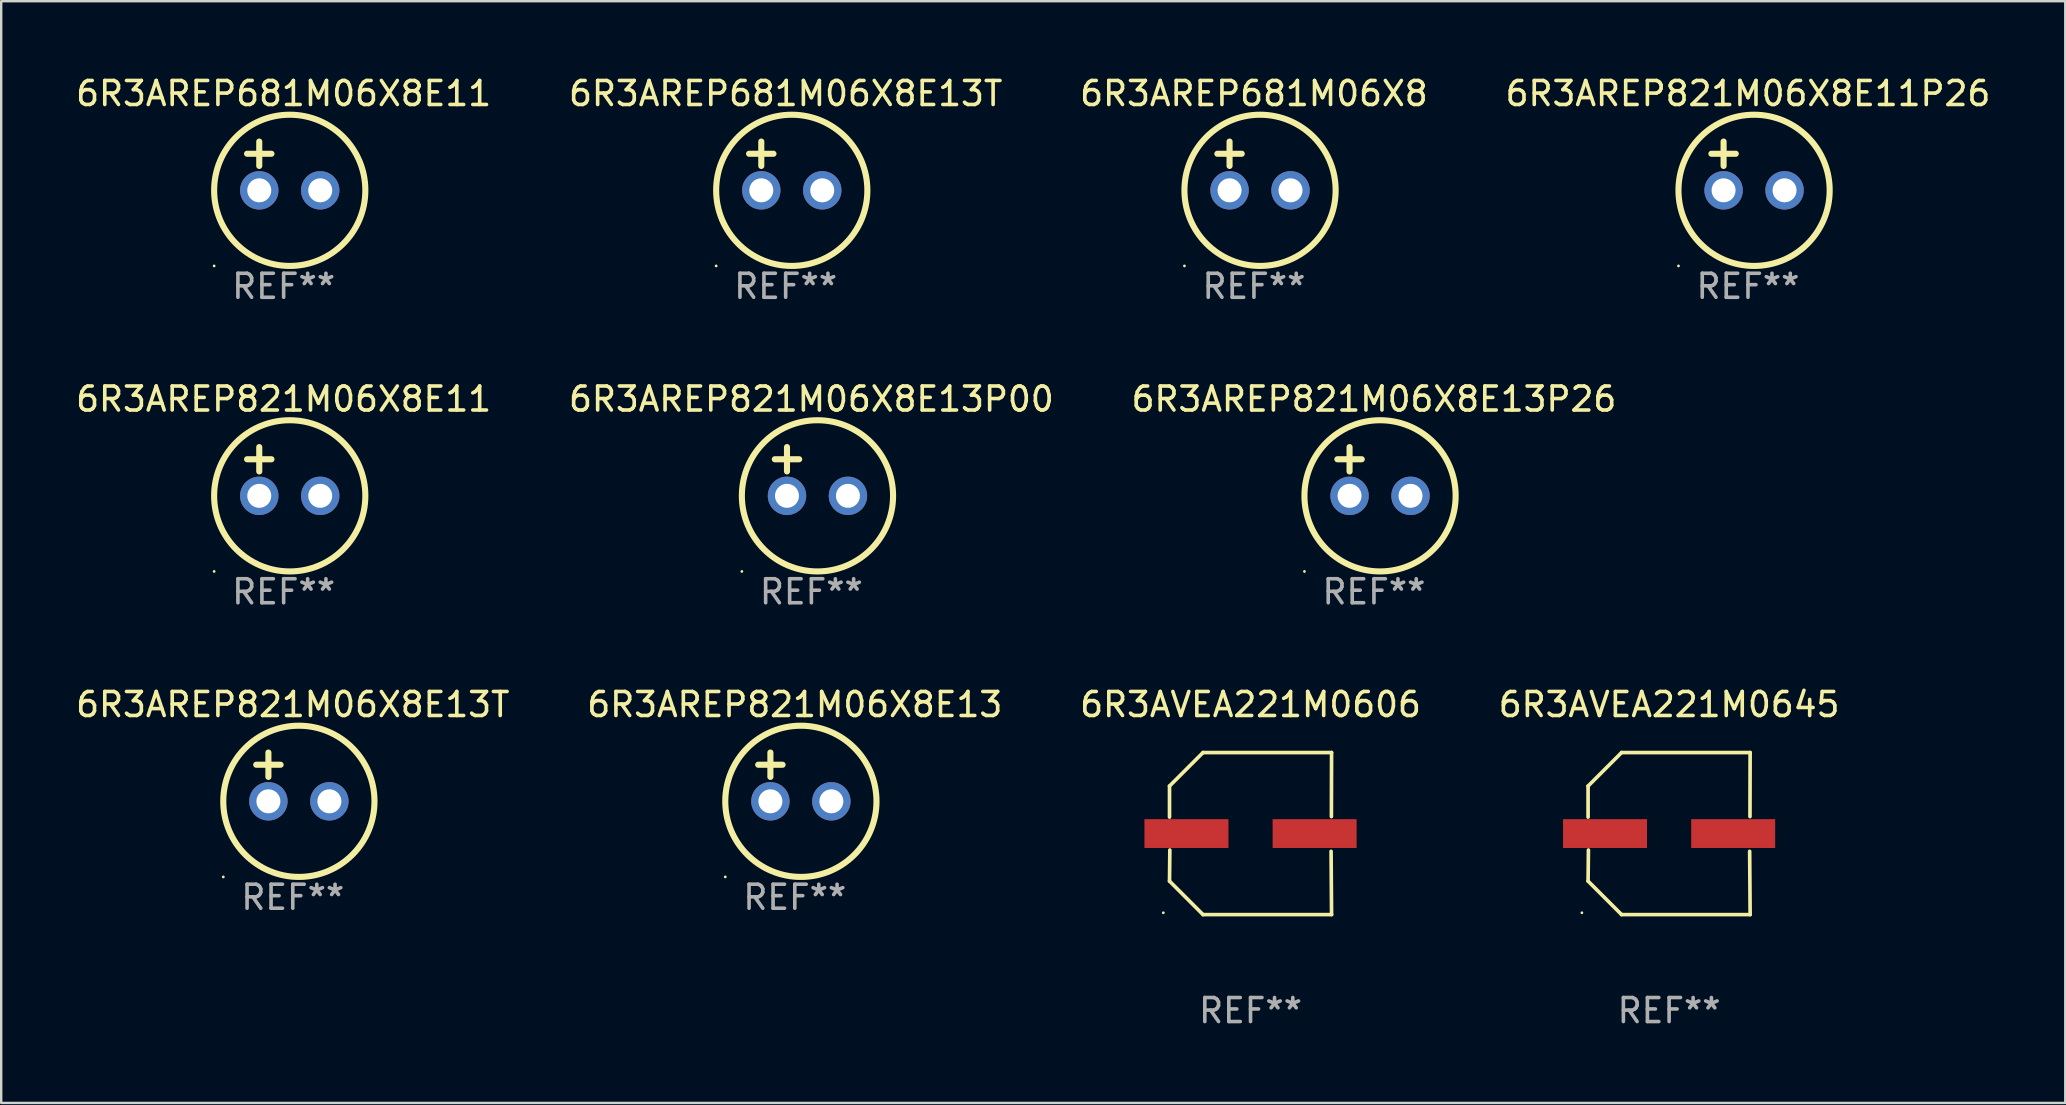
<source format=kicad_pcb>
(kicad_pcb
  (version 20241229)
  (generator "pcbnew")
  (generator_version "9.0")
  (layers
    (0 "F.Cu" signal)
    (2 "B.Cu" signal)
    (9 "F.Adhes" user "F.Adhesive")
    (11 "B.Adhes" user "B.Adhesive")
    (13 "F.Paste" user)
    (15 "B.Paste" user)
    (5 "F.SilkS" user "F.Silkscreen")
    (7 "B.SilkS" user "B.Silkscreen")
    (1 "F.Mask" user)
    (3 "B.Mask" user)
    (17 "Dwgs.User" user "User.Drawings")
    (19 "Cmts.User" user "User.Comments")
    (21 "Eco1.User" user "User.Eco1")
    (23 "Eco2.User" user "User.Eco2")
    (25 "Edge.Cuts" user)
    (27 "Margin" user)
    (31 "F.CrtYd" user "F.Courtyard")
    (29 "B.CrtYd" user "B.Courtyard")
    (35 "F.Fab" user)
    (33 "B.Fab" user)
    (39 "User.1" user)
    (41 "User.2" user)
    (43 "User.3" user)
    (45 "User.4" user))
  (footprint "6R3AREP821M06X8E13P00"
    (layer "F.Cu")
    (at 30.756 16.593)
    (property "Reference" "6R3AREP821M06X8E13P00" (at 0 -3.016 0) (layer "F.SilkS") (effects (font (size 1 1) (thickness 0.15))))
    (attr through_hole)
    (fp_line (start -1.524 -0.508) (end -0.508 -0.508) (stroke (width 0.254) (type solid)) (layer "F.SilkS"))
    (fp_line (start -1.016 -1.016) (end -1.016 0) (stroke (width 0.254) (type solid)) (layer "F.SilkS"))
    (fp_circle (center -2.896 4.166) (end -2.866 4.166) (stroke (width 0.06) (type solid)) (fill no) (layer "F.SilkS"))
    (fp_circle (center 0.254 1.016) (end 3.404 1.016) (stroke (width 0.254) (type solid)) (fill no) (layer "F.SilkS"))
    (fp_text user "REF**" (at 0 5.016 0) (layer "F.Fab") (effects (font (size 1 1) (thickness 0.15))))
    (pad "1" thru_hole circle (at -1.016 1.016) (size 1.6 1.6) (drill 1) (layers "*.Cu" "*.Mask"))
    (pad "2" thru_hole circle (at 1.524 1.016) (size 1.6 1.6) (drill 1) (layers "*.Cu" "*.Mask")))
  (footprint "6R3AREP681M06X8"
    (layer "F.Cu")
    (at 49.196 3.864)
    (property "Reference" "6R3AREP681M06X8" (at 0 -3.016 0) (layer "F.SilkS") (effects (font (size 1 1) (thickness 0.15))))
    (attr through_hole)
    (fp_line (start -1.524 -0.508) (end -0.508 -0.508) (stroke (width 0.254) (type solid)) (layer "F.SilkS"))
    (fp_line (start -1.016 -1.016) (end -1.016 0) (stroke (width 0.254) (type solid)) (layer "F.SilkS"))
    (fp_circle (center -2.896 4.166) (end -2.866 4.166) (stroke (width 0.06) (type solid)) (fill no) (layer "F.SilkS"))
    (fp_circle (center 0.254 1.016) (end 3.404 1.016) (stroke (width 0.254) (type solid)) (fill no) (layer "F.SilkS"))
    (fp_text user "REF**" (at 0 5.016 0) (layer "F.Fab") (effects (font (size 1 1) (thickness 0.15))))
    (pad "1" thru_hole circle (at -1.016 1.016) (size 1.6 1.6) (drill 1) (layers "*.Cu" "*.Mask"))
    (pad "2" thru_hole circle (at 1.524 1.016) (size 1.6 1.6) (drill 1) (layers "*.Cu" "*.Mask")))
  (footprint "6R3AVEA221M0606"
    (layer "F.Cu")
    (at 49.054 31.681)
    (property "Reference" "6R3AVEA221M0606" (at 0 -5.376 0) (layer "F.SilkS") (effects (font (size 1 1) (thickness 0.15))))
    (attr through_hole)
    (fp_line (start -3.376 -1.98) (end -3.376 -0.686) (stroke (width 0.152) (type solid)) (layer "F.SilkS"))
    (fp_line (start -3.376 1.981) (end -3.362 0.686) (stroke (width 0.152) (type solid)) (layer "F.SilkS"))
    (fp_line (start -1.981 3.376) (end -3.376 1.981) (stroke (width 0.152) (type solid)) (layer "F.SilkS"))
    (fp_line (start -1.98 -3.376) (end -3.376 -1.98) (stroke (width 0.152) (type solid)) (layer "F.SilkS"))
    (fp_line (start 3.356 0.74) (end 3.376 3.376) (stroke (width 0.152) (type solid)) (layer "F.SilkS"))
    (fp_line (start 3.369 -0.707) (end 3.376 -3.376) (stroke (width 0.152) (type solid)) (layer "F.SilkS"))
    (fp_line (start 3.376 3.376) (end -1.981 3.376) (stroke (width 0.152) (type solid)) (layer "F.SilkS"))
    (fp_line (start 3.376 -3.376) (end -1.98 -3.376) (stroke (width 0.152) (type solid)) (layer "F.SilkS"))
    (fp_circle (center -3.634 3.3) (end -3.604 3.3) (stroke (width 0.06) (type solid)) (fill no) (layer "F.SilkS"))
    (fp_text user "REF**" (at 0 7.376 0) (layer "F.Fab") (effects (font (size 1 1) (thickness 0.15))))
    (pad "1" smd rect (at -2.67 0.000254) (size 3.5 1.2) (layers "F.Cu" "F.Mask" "F.Paste"))
    (pad "2" smd rect (at 2.67 0.000254) (size 3.5 1.2) (layers "F.Cu" "F.Mask" "F.Paste")))
  (footprint "6R3AREP821M06X8E13T"
    (layer "F.Cu")
    (at 9.149 29.321)
    (property "Reference" "6R3AREP821M06X8E13T" (at 0 -3.016 0) (layer "F.SilkS") (effects (font (size 1 1) (thickness 0.15))))
    (attr through_hole)
    (fp_line (start -1.524 -0.508) (end -0.508 -0.508) (stroke (width 0.254) (type solid)) (layer "F.SilkS"))
    (fp_line (start -1.016 -1.016) (end -1.016 0) (stroke (width 0.254) (type solid)) (layer "F.SilkS"))
    (fp_circle (center -2.896 4.166) (end -2.866 4.166) (stroke (width 0.06) (type solid)) (fill no) (layer "F.SilkS"))
    (fp_circle (center 0.254 1.016) (end 3.404 1.016) (stroke (width 0.254) (type solid)) (fill no) (layer "F.SilkS"))
    (fp_text user "REF**" (at 0 5.016 0) (layer "F.Fab") (effects (font (size 1 1) (thickness 0.15))))
    (pad "1" thru_hole circle (at -1.016 1.016) (size 1.6 1.6) (drill 1) (layers "*.Cu" "*.Mask"))
    (pad "2" thru_hole circle (at 1.524 1.016) (size 1.6 1.6) (drill 1) (layers "*.Cu" "*.Mask")))
  (footprint "6R3AREP681M06X8E11"
    (layer "F.Cu")
    (at 8.768 3.864)
    (property "Reference" "6R3AREP681M06X8E11" (at 0 -3.016 0) (layer "F.SilkS") (effects (font (size 1 1) (thickness 0.15))))
    (attr through_hole)
    (fp_line (start -1.524 -0.508) (end -0.508 -0.508) (stroke (width 0.254) (type solid)) (layer "F.SilkS"))
    (fp_line (start -1.016 -1.016) (end -1.016 0) (stroke (width 0.254) (type solid)) (layer "F.SilkS"))
    (fp_circle (center -2.896 4.166) (end -2.866 4.166) (stroke (width 0.06) (type solid)) (fill no) (layer "F.SilkS"))
    (fp_circle (center 0.254 1.016) (end 3.404 1.016) (stroke (width 0.254) (type solid)) (fill no) (layer "F.SilkS"))
    (fp_text user "REF**" (at 0 5.016 0) (layer "F.Fab") (effects (font (size 1 1) (thickness 0.15))))
    (pad "1" thru_hole circle (at -1.016 1.016) (size 1.6 1.6) (drill 1) (layers "*.Cu" "*.Mask"))
    (pad "2" thru_hole circle (at 1.524 1.016) (size 1.6 1.6) (drill 1) (layers "*.Cu" "*.Mask")))
  (footprint "6R3AREP821M06X8E11"
    (layer "F.Cu")
    (at 8.768 16.593)
    (property "Reference" "6R3AREP821M06X8E11" (at 0 -3.016 0) (layer "F.SilkS") (effects (font (size 1 1) (thickness 0.15))))
    (attr through_hole)
    (fp_line (start -1.524 -0.508) (end -0.508 -0.508) (stroke (width 0.254) (type solid)) (layer "F.SilkS"))
    (fp_line (start -1.016 -1.016) (end -1.016 0) (stroke (width 0.254) (type solid)) (layer "F.SilkS"))
    (fp_circle (center -2.896 4.166) (end -2.866 4.166) (stroke (width 0.06) (type solid)) (fill no) (layer "F.SilkS"))
    (fp_circle (center 0.254 1.016) (end 3.404 1.016) (stroke (width 0.254) (type solid)) (fill no) (layer "F.SilkS"))
    (fp_text user "REF**" (at 0 5.016 0) (layer "F.Fab") (effects (font (size 1 1) (thickness 0.15))))
    (pad "1" thru_hole circle (at -1.016 1.016) (size 1.6 1.6) (drill 1) (layers "*.Cu" "*.Mask"))
    (pad "2" thru_hole circle (at 1.524 1.016) (size 1.6 1.6) (drill 1) (layers "*.Cu" "*.Mask")))
  (footprint "6R3AREP681M06X8E13T"
    (layer "F.Cu")
    (at 29.685 3.864)
    (property "Reference" "6R3AREP681M06X8E13T" (at 0 -3.016 0) (layer "F.SilkS") (effects (font (size 1 1) (thickness 0.15))))
    (attr through_hole)
    (fp_line (start -1.524 -0.508) (end -0.508 -0.508) (stroke (width 0.254) (type solid)) (layer "F.SilkS"))
    (fp_line (start -1.016 -1.016) (end -1.016 0) (stroke (width 0.254) (type solid)) (layer "F.SilkS"))
    (fp_circle (center -2.896 4.166) (end -2.866 4.166) (stroke (width 0.06) (type solid)) (fill no) (layer "F.SilkS"))
    (fp_circle (center 0.254 1.016) (end 3.404 1.016) (stroke (width 0.254) (type solid)) (fill no) (layer "F.SilkS"))
    (fp_text user "REF**" (at 0 5.016 0) (layer "F.Fab") (effects (font (size 1 1) (thickness 0.15))))
    (pad "1" thru_hole circle (at -1.016 1.016) (size 1.6 1.6) (drill 1) (layers "*.Cu" "*.Mask"))
    (pad "2" thru_hole circle (at 1.524 1.016) (size 1.6 1.6) (drill 1) (layers "*.Cu" "*.Mask")))
  (footprint "6R3AVEA221M0645"
    (layer "F.Cu")
    (at 66.494 31.681)
    (property "Reference" "6R3AVEA221M0645" (at 0 -5.376 0) (layer "F.SilkS") (effects (font (size 1 1) (thickness 0.15))))
    (attr through_hole)
    (fp_line (start -3.376 -1.98) (end -3.376 -0.686) (stroke (width 0.152) (type solid)) (layer "F.SilkS"))
    (fp_line (start -3.376 1.981) (end -3.362 0.686) (stroke (width 0.152) (type solid)) (layer "F.SilkS"))
    (fp_line (start -1.981 3.376) (end -3.376 1.981) (stroke (width 0.152) (type solid)) (layer "F.SilkS"))
    (fp_line (start -1.98 -3.376) (end -3.376 -1.98) (stroke (width 0.152) (type solid)) (layer "F.SilkS"))
    (fp_line (start 3.356 0.74) (end 3.376 3.376) (stroke (width 0.152) (type solid)) (layer "F.SilkS"))
    (fp_line (start 3.369 -0.707) (end 3.376 -3.376) (stroke (width 0.152) (type solid)) (layer "F.SilkS"))
    (fp_line (start 3.376 3.376) (end -1.981 3.376) (stroke (width 0.152) (type solid)) (layer "F.SilkS"))
    (fp_line (start 3.376 -3.376) (end -1.98 -3.376) (stroke (width 0.152) (type solid)) (layer "F.SilkS"))
    (fp_circle (center -3.634 3.3) (end -3.604 3.3) (stroke (width 0.06) (type solid)) (fill no) (layer "F.SilkS"))
    (fp_text user "REF**" (at 0 7.376 0) (layer "F.Fab") (effects (font (size 1 1) (thickness 0.15))))
    (pad "1" smd rect (at -2.67 0.000254) (size 3.5 1.2) (layers "F.Cu" "F.Mask" "F.Paste"))
    (pad "2" smd rect (at 2.67 0.000254) (size 3.5 1.2) (layers "F.Cu" "F.Mask" "F.Paste")))
  (footprint "6R3AREP821M06X8E13P26"
    (layer "F.Cu")
    (at 54.196 16.593)
    (property "Reference" "6R3AREP821M06X8E13P26" (at 0 -3.016 0) (layer "F.SilkS") (effects (font (size 1 1) (thickness 0.15))))
    (attr through_hole)
    (fp_line (start -1.524 -0.508) (end -0.508 -0.508) (stroke (width 0.254) (type solid)) (layer "F.SilkS"))
    (fp_line (start -1.016 -1.016) (end -1.016 0) (stroke (width 0.254) (type solid)) (layer "F.SilkS"))
    (fp_circle (center -2.896 4.166) (end -2.866 4.166) (stroke (width 0.06) (type solid)) (fill no) (layer "F.SilkS"))
    (fp_circle (center 0.254 1.016) (end 3.404 1.016) (stroke (width 0.254) (type solid)) (fill no) (layer "F.SilkS"))
    (fp_text user "REF**" (at 0 5.016 0) (layer "F.Fab") (effects (font (size 1 1) (thickness 0.15))))
    (pad "1" thru_hole circle (at -1.016 1.016) (size 1.6 1.6) (drill 1) (layers "*.Cu" "*.Mask"))
    (pad "2" thru_hole circle (at 1.524 1.016) (size 1.6 1.6) (drill 1) (layers "*.Cu" "*.Mask")))
  (footprint "6R3AREP821M06X8E13"
    (layer "F.Cu")
    (at 30.065 29.321)
    (property "Reference" "6R3AREP821M06X8E13" (at 0 -3.016 0) (layer "F.SilkS") (effects (font (size 1 1) (thickness 0.15))))
    (attr through_hole)
    (fp_line (start -1.524 -0.508) (end -0.508 -0.508) (stroke (width 0.254) (type solid)) (layer "F.SilkS"))
    (fp_line (start -1.016 -1.016) (end -1.016 0) (stroke (width 0.254) (type solid)) (layer "F.SilkS"))
    (fp_circle (center -2.896 4.166) (end -2.866 4.166) (stroke (width 0.06) (type solid)) (fill no) (layer "F.SilkS"))
    (fp_circle (center 0.254 1.016) (end 3.404 1.016) (stroke (width 0.254) (type solid)) (fill no) (layer "F.SilkS"))
    (fp_text user "REF**" (at 0 5.016 0) (layer "F.Fab") (effects (font (size 1 1) (thickness 0.15))))
    (pad "1" thru_hole circle (at -1.016 1.016) (size 1.6 1.6) (drill 1) (layers "*.Cu" "*.Mask"))
    (pad "2" thru_hole circle (at 1.524 1.016) (size 1.6 1.6) (drill 1) (layers "*.Cu" "*.Mask")))
  (footprint "6R3AREP821M06X8E11P26"
    (layer "F.Cu")
    (at 69.78 3.864)
    (property "Reference" "6R3AREP821M06X8E11P26" (at 0 -3.016 0) (layer "F.SilkS") (effects (font (size 1 1) (thickness 0.15))))
    (attr through_hole)
    (fp_line (start -1.524 -0.508) (end -0.508 -0.508) (stroke (width 0.254) (type solid)) (layer "F.SilkS"))
    (fp_line (start -1.016 -1.016) (end -1.016 0) (stroke (width 0.254) (type solid)) (layer "F.SilkS"))
    (fp_circle (center -2.896 4.166) (end -2.866 4.166) (stroke (width 0.06) (type solid)) (fill no) (layer "F.SilkS"))
    (fp_circle (center 0.254 1.016) (end 3.404 1.016) (stroke (width 0.254) (type solid)) (fill no) (layer "F.SilkS"))
    (fp_text user "REF**" (at 0 5.016 0) (layer "F.Fab") (effects (font (size 1 1) (thickness 0.15))))
    (pad "1" thru_hole circle (at -1.016 1.016) (size 1.6 1.6) (drill 1) (layers "*.Cu" "*.Mask"))
    (pad "2" thru_hole circle (at 1.524 1.016) (size 1.6 1.6) (drill 1) (layers "*.Cu" "*.Mask")))
  (gr_rect
    (start -3 -3)
    (end 83 42.905)
    (stroke (width 0.1) (type default))
    (fill no)
    (layer "Edge.Cuts")))
</source>
